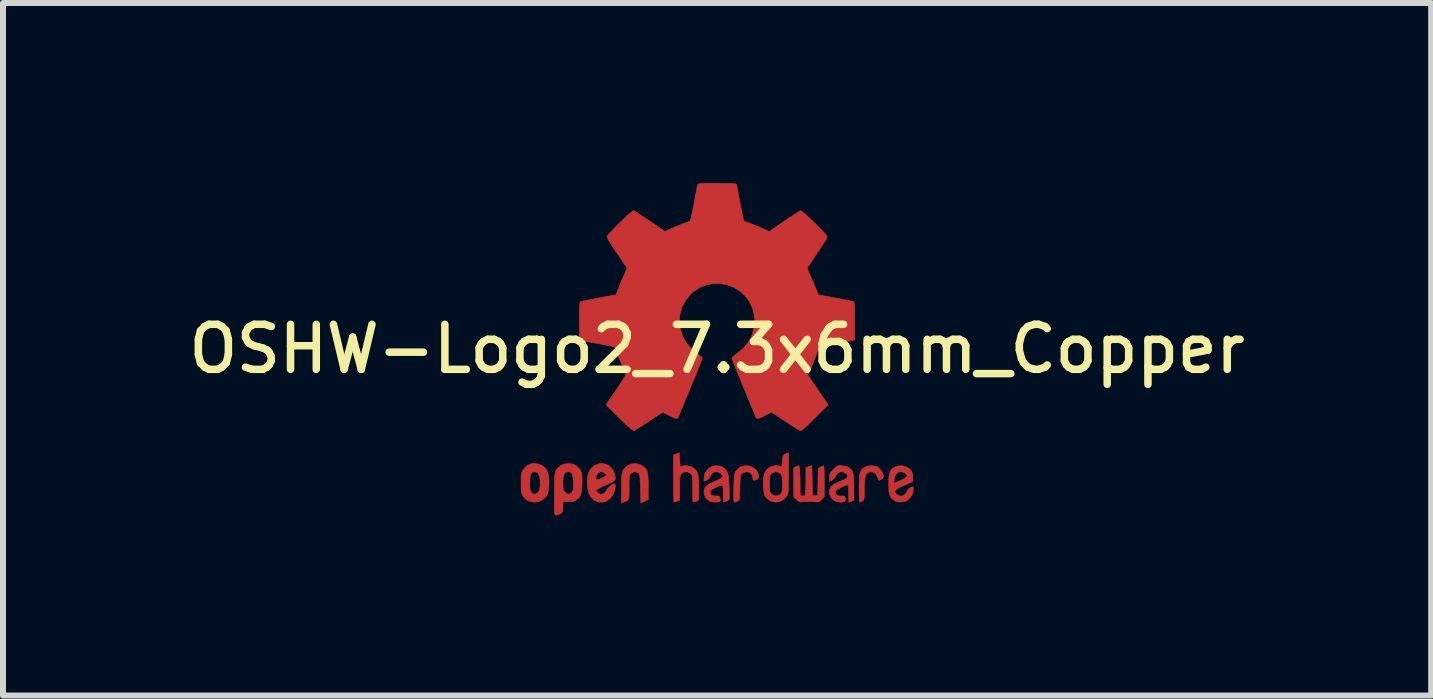
<source format=kicad_pcb>
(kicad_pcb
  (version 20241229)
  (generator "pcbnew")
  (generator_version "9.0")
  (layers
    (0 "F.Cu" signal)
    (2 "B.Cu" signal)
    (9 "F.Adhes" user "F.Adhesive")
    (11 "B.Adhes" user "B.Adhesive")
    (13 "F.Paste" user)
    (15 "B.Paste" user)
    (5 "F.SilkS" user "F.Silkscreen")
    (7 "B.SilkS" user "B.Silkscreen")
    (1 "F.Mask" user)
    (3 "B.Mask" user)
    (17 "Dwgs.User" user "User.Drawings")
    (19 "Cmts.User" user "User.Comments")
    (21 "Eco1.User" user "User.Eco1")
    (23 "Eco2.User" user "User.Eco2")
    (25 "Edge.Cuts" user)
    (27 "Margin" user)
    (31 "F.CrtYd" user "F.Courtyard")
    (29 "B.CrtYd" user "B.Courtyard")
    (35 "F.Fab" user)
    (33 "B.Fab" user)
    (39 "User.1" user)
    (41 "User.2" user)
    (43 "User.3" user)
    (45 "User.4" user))
  (footprint "OSHW-Logo2_7.3x6mm_Copper"
    (layer "F.Cu")
    (at 8.898 2.763)
    (property "Reference" "OSHW-Logo2_7.3x6mm_Copper" (at 0 0 0) (layer "F.SilkS") (effects (font (size 0.75 0.75) (thickness 0.125))))
    (attr exclude_from_pos_files exclude_from_bom allow_missing_courtyard)
    (fp_poly (pts (xy 2.653 1.959) (xy 2.67 1.966) (xy 2.711 1.999) (xy 2.747 2.047) (xy 2.769 2.097) (xy 2.772 2.122) (xy 2.76 2.157) (xy 2.734 2.175) (xy 2.706 2.187) (xy 2.693 2.189) (xy 2.687 2.174) (xy 2.674 2.141) (xy 2.669 2.127) (xy 2.639 2.076) (xy 2.595 2.05) (xy 2.538 2.051) (xy 2.534 2.052) (xy 2.504 2.067) (xy 2.481 2.094) (xy 2.466 2.139) (xy 2.457 2.205) (xy 2.453 2.294) (xy 2.453 2.341) (xy 2.453 2.416) (xy 2.452 2.467) (xy 2.448 2.499) (xy 2.442 2.518) (xy 2.432 2.529) (xy 2.417 2.537) (xy 2.416 2.538) (xy 2.387 2.55) (xy 2.372 2.555) (xy 2.37 2.541) (xy 2.368 2.503) (xy 2.367 2.446) (xy 2.366 2.374) (xy 2.366 2.322) (xy 2.367 2.22) (xy 2.37 2.143) (xy 2.377 2.086) (xy 2.389 2.045) (xy 2.407 2.014) (xy 2.432 1.99) (xy 2.457 1.973) (xy 2.517 1.951) (xy 2.587 1.946) (xy 2.653 1.959)) (stroke (width 0.01) (type solid)) (fill yes) (layer "F.Cu"))
    (fp_poly (pts (xy -1.284 1.928) (xy -1.237 1.955) (xy -1.205 1.981) (xy -1.181 2.009) (xy -1.165 2.044) (xy -1.155 2.089) (xy -1.149 2.151) (xy -1.147 2.234) (xy -1.147 2.293) (xy -1.147 2.512) (xy -1.208 2.54) (xy -1.27 2.568) (xy -1.277 2.328) (xy -1.28 2.238) (xy -1.283 2.173) (xy -1.287 2.128) (xy -1.293 2.099) (xy -1.3 2.081) (xy -1.31 2.07) (xy -1.313 2.067) (xy -1.36 2.048) (xy -1.408 2.056) (xy -1.437 2.076) (xy -1.449 2.09) (xy -1.457 2.108) (xy -1.462 2.136) (xy -1.465 2.179) (xy -1.466 2.242) (xy -1.466 2.307) (xy -1.466 2.389) (xy -1.467 2.447) (xy -1.472 2.486) (xy -1.482 2.512) (xy -1.499 2.528) (xy -1.525 2.541) (xy -1.56 2.554) (xy -1.598 2.569) (xy -1.594 2.311) (xy -1.592 2.219) (xy -1.59 2.15) (xy -1.587 2.101) (xy -1.582 2.066) (xy -1.575 2.042) (xy -1.566 2.022) (xy -1.554 2.005) (xy -1.499 1.95) (xy -1.431 1.918) (xy -1.357 1.91) (xy -1.284 1.928)) (stroke (width 0.01) (type solid)) (fill yes) (layer "F.Cu"))
    (fp_poly (pts (xy 0.53 1.95) (xy 0.596 1.974) (xy 0.649 2.017) (xy 0.67 2.047) (xy 0.693 2.103) (xy 0.692 2.143) (xy 0.669 2.17) (xy 0.66 2.175) (xy 0.622 2.189) (xy 0.602 2.185) (xy 0.595 2.161) (xy 0.595 2.148) (xy 0.583 2.099) (xy 0.551 2.065) (xy 0.508 2.048) (xy 0.459 2.053) (xy 0.419 2.074) (xy 0.405 2.087) (xy 0.396 2.101) (xy 0.389 2.124) (xy 0.385 2.159) (xy 0.383 2.212) (xy 0.381 2.288) (xy 0.38 2.312) (xy 0.378 2.394) (xy 0.376 2.451) (xy 0.372 2.49) (xy 0.367 2.513) (xy 0.359 2.526) (xy 0.347 2.535) (xy 0.339 2.538) (xy 0.307 2.55) (xy 0.288 2.555) (xy 0.282 2.541) (xy 0.278 2.5) (xy 0.277 2.431) (xy 0.278 2.334) (xy 0.278 2.319) (xy 0.28 2.23) (xy 0.283 2.165) (xy 0.286 2.119) (xy 0.292 2.087) (xy 0.3 2.064) (xy 0.311 2.044) (xy 0.317 2.035) (xy 0.35 1.998) (xy 0.388 1.969) (xy 0.392 1.966) (xy 0.459 1.946) (xy 0.53 1.95)) (stroke (width 0.01) (type solid)) (fill yes) (layer "F.Cu"))
    (fp_poly (pts (xy -0.624 1.851) (xy -0.62 1.911) (xy -0.615 1.946) (xy -0.608 1.961) (xy -0.598 1.961) (xy -0.595 1.959) (xy -0.552 1.946) (xy -0.497 1.947) (xy -0.44 1.96) (xy -0.405 1.978) (xy -0.369 2.006) (xy -0.342 2.038) (xy -0.324 2.078) (xy -0.313 2.132) (xy -0.307 2.204) (xy -0.305 2.299) (xy -0.305 2.317) (xy -0.305 2.523) (xy -0.351 2.539) (xy -0.383 2.549) (xy -0.401 2.554) (xy -0.401 2.555) (xy -0.403 2.541) (xy -0.405 2.503) (xy -0.406 2.446) (xy -0.406 2.375) (xy -0.406 2.332) (xy -0.407 2.247) (xy -0.408 2.186) (xy -0.41 2.144) (xy -0.415 2.117) (xy -0.422 2.098) (xy -0.433 2.085) (xy -0.44 2.078) (xy -0.487 2.051) (xy -0.538 2.049) (xy -0.584 2.072) (xy -0.593 2.08) (xy -0.605 2.095) (xy -0.614 2.114) (xy -0.619 2.14) (xy -0.622 2.18) (xy -0.624 2.238) (xy -0.624 2.318) (xy -0.624 2.523) (xy -0.67 2.539) (xy -0.702 2.549) (xy -0.72 2.554) (xy -0.721 2.555) (xy -0.722 2.541) (xy -0.723 2.501) (xy -0.724 2.441) (xy -0.725 2.362) (xy -0.726 2.269) (xy -0.726 2.167) (xy -0.726 1.769) (xy -0.679 1.749) (xy -0.631 1.73) (xy -0.624 1.851)) (stroke (width 0.01) (type solid)) (fill yes) (layer "F.Cu"))
    (fp_poly (pts (xy 1.78 1.959) (xy 1.782 1.997) (xy 1.784 2.055) (xy 1.785 2.128) (xy 1.785 2.205) (xy 1.785 2.465) (xy 1.739 2.511) (xy 1.708 2.539) (xy 1.68 2.551) (xy 1.642 2.55) (xy 1.627 2.548) (xy 1.58 2.543) (xy 1.541 2.54) (xy 1.531 2.54) (xy 1.499 2.541) (xy 1.453 2.546) (xy 1.436 2.548) (xy 1.392 2.552) (xy 1.363 2.544) (xy 1.334 2.521) (xy 1.323 2.511) (xy 1.277 2.465) (xy 1.277 1.979) (xy 1.314 1.962) (xy 1.346 1.949) (xy 1.365 1.945) (xy 1.369 1.959) (xy 1.374 1.997) (xy 1.378 2.056) (xy 1.381 2.132) (xy 1.382 2.195) (xy 1.386 2.446) (xy 1.421 2.451) (xy 1.452 2.447) (xy 1.468 2.436) (xy 1.472 2.415) (xy 1.476 2.371) (xy 1.478 2.309) (xy 1.48 2.235) (xy 1.48 2.197) (xy 1.48 1.977) (xy 1.526 1.961) (xy 1.559 1.95) (xy 1.576 1.945) (xy 1.577 1.945) (xy 1.578 1.959) (xy 1.58 1.997) (xy 1.582 2.054) (xy 1.584 2.127) (xy 1.585 2.195) (xy 1.589 2.446) (xy 1.676 2.446) (xy 1.68 2.217) (xy 1.684 1.989) (xy 1.727 1.967) (xy 1.758 1.952) (xy 1.777 1.945) (xy 1.777 1.945) (xy 1.78 1.959)) (stroke (width 0.01) (type solid)) (fill yes) (layer "F.Cu"))
    (fp_poly (pts (xy -2.959 1.922) (xy -2.891 1.958) (xy -2.841 2.015) (xy -2.823 2.052) (xy -2.809 2.108) (xy -2.802 2.178) (xy -2.801 2.255) (xy -2.807 2.33) (xy -2.818 2.394) (xy -2.834 2.441) (xy -2.839 2.449) (xy -2.9 2.509) (xy -2.971 2.545) (xy -3.049 2.555) (xy -3.127 2.539) (xy -3.149 2.529) (xy -3.192 2.499) (xy -3.229 2.459) (xy -3.233 2.454) (xy -3.247 2.43) (xy -3.257 2.404) (xy -3.262 2.37) (xy -3.265 2.321) (xy -3.266 2.251) (xy -3.266 2.235) (xy -3.266 2.23) (xy -3.121 2.23) (xy -3.12 2.296) (xy -3.116 2.34) (xy -3.109 2.369) (xy -3.098 2.388) (xy -3.092 2.395) (xy -3.057 2.42) (xy -3.023 2.419) (xy -2.989 2.397) (xy -2.969 2.374) (xy -2.957 2.34) (xy -2.95 2.288) (xy -2.949 2.281) (xy -2.948 2.186) (xy -2.96 2.114) (xy -2.985 2.068) (xy -3.023 2.048) (xy -3.037 2.047) (xy -3.073 2.052) (xy -3.097 2.072) (xy -3.112 2.109) (xy -3.119 2.168) (xy -3.121 2.23) (xy -3.266 2.23) (xy -3.265 2.16) (xy -3.263 2.108) (xy -3.258 2.072) (xy -3.249 2.045) (xy -3.236 2.022) (xy -3.233 2.017) (xy -3.184 1.958) (xy -3.13 1.924) (xy -3.064 1.91) (xy -3.042 1.91) (xy -2.959 1.922)) (stroke (width 0.01) (type solid)) (fill yes) (layer "F.Cu"))
    (fp_poly (pts (xy 3.154 1.967) (xy 3.211 2.004) (xy 3.239 2.038) (xy 3.261 2.099) (xy 3.262 2.147) (xy 3.258 2.212) (xy 3.11 2.277) (xy 3.037 2.31) (xy 2.99 2.337) (xy 2.966 2.36) (xy 2.961 2.383) (xy 2.975 2.407) (xy 2.99 2.424) (xy 3.034 2.45) (xy 3.081 2.452) (xy 3.125 2.432) (xy 3.157 2.391) (xy 3.163 2.376) (xy 3.191 2.331) (xy 3.222 2.312) (xy 3.266 2.296) (xy 3.266 2.358) (xy 3.262 2.4) (xy 3.247 2.436) (xy 3.215 2.477) (xy 3.211 2.482) (xy 3.176 2.519) (xy 3.145 2.538) (xy 3.108 2.547) (xy 3.076 2.55) (xy 3.02 2.551) (xy 2.981 2.542) (xy 2.956 2.528) (xy 2.917 2.497) (xy 2.89 2.465) (xy 2.873 2.423) (xy 2.863 2.368) (xy 2.86 2.291) (xy 2.859 2.253) (xy 2.86 2.206) (xy 2.948 2.206) (xy 2.949 2.231) (xy 2.952 2.235) (xy 2.968 2.23) (xy 3.004 2.215) (xy 3.052 2.194) (xy 3.062 2.19) (xy 3.123 2.159) (xy 3.157 2.132) (xy 3.164 2.106) (xy 3.146 2.08) (xy 3.132 2.069) (xy 3.079 2.046) (xy 3.03 2.05) (xy 2.989 2.078) (xy 2.961 2.127) (xy 2.952 2.166) (xy 2.948 2.206) (xy 2.86 2.206) (xy 2.861 2.162) (xy 2.868 2.095) (xy 2.882 2.047) (xy 2.904 2.011) (xy 2.937 1.983) (xy 2.951 1.973) (xy 3.015 1.95) (xy 3.085 1.948) (xy 3.154 1.967)) (stroke (width 0.01) (type solid)) (fill yes) (layer "F.Cu"))
    (fp_poly (pts (xy 1.19 2.065) (xy 1.19 2.174) (xy 1.189 2.257) (xy 1.188 2.32) (xy 1.185 2.365) (xy 1.181 2.397) (xy 1.175 2.421) (xy 1.167 2.439) (xy 1.161 2.449) (xy 1.112 2.506) (xy 1.049 2.541) (xy 0.98 2.554) (xy 0.911 2.542) (xy 0.869 2.522) (xy 0.826 2.485) (xy 0.796 2.441) (xy 0.779 2.383) (xy 0.77 2.306) (xy 0.769 2.25) (xy 0.769 2.246) (xy 0.871 2.246) (xy 0.871 2.311) (xy 0.874 2.354) (xy 0.881 2.382) (xy 0.893 2.402) (xy 0.906 2.417) (xy 0.953 2.447) (xy 1.004 2.449) (xy 1.051 2.425) (xy 1.055 2.421) (xy 1.071 2.404) (xy 1.081 2.383) (xy 1.086 2.352) (xy 1.088 2.305) (xy 1.089 2.252) (xy 1.088 2.185) (xy 1.085 2.141) (xy 1.078 2.112) (xy 1.066 2.091) (xy 1.057 2.08) (xy 1.013 2.052) (xy 0.962 2.049) (xy 0.914 2.07) (xy 0.904 2.078) (xy 0.889 2.096) (xy 0.879 2.117) (xy 0.873 2.148) (xy 0.871 2.196) (xy 0.871 2.246) (xy 0.769 2.246) (xy 0.773 2.159) (xy 0.785 2.09) (xy 0.807 2.039) (xy 0.842 1.998) (xy 0.869 1.978) (xy 0.919 1.956) (xy 0.976 1.945) (xy 1.03 1.948) (xy 1.06 1.959) (xy 1.071 1.962) (xy 1.079 1.951) (xy 1.084 1.919) (xy 1.089 1.871) (xy 1.093 1.817) (xy 1.099 1.784) (xy 1.111 1.766) (xy 1.131 1.754) (xy 1.143 1.748) (xy 1.19 1.729) (xy 1.19 2.065)) (stroke (width 0.01) (type solid)) (fill yes) (layer "F.Cu"))
    (fp_poly (pts (xy -1.832 1.931) (xy -1.774 1.97) (xy -1.73 2.025) (xy -1.704 2.096) (xy -1.698 2.148) (xy -1.699 2.17) (xy -1.704 2.187) (xy -1.718 2.201) (xy -1.745 2.218) (xy -1.79 2.239) (xy -1.857 2.269) (xy -1.858 2.27) (xy -1.92 2.298) (xy -1.97 2.323) (xy -2.005 2.342) (xy -2.017 2.353) (xy -2.017 2.353) (xy -2.006 2.376) (xy -1.98 2.402) (xy -1.949 2.42) (xy -1.934 2.424) (xy -1.891 2.411) (xy -1.855 2.379) (xy -1.837 2.345) (xy -1.82 2.319) (xy -1.787 2.29) (xy -1.748 2.264) (xy -1.713 2.25) (xy -1.706 2.25) (xy -1.698 2.262) (xy -1.697 2.294) (xy -1.703 2.337) (xy -1.715 2.383) (xy -1.73 2.423) (xy -1.731 2.424) (xy -1.777 2.489) (xy -1.837 2.533) (xy -1.906 2.555) (xy -1.976 2.552) (xy -2.044 2.524) (xy -2.047 2.522) (xy -2.101 2.473) (xy -2.136 2.41) (xy -2.155 2.327) (xy -2.158 2.304) (xy -2.162 2.194) (xy -2.157 2.143) (xy -2.017 2.143) (xy -2.016 2.175) (xy -2.006 2.184) (xy -1.981 2.177) (xy -1.942 2.161) (xy -1.899 2.14) (xy -1.898 2.139) (xy -1.861 2.12) (xy -1.846 2.107) (xy -1.85 2.093) (xy -1.865 2.076) (xy -1.904 2.05) (xy -1.946 2.048) (xy -1.984 2.067) (xy -2.01 2.103) (xy -2.017 2.143) (xy -2.157 2.143) (xy -2.153 2.106) (xy -2.128 2.036) (xy -2.095 1.987) (xy -2.033 1.938) (xy -1.966 1.913) (xy -1.897 1.912) (xy -1.832 1.931)) (stroke (width 0.01) (type solid)) (fill yes) (layer "F.Cu"))
    (fp_poly (pts (xy 0.04 1.951) (xy 0.097 1.972) (xy 0.097 1.972) (xy 0.132 1.998) (xy 0.158 2.029) (xy 0.177 2.068) (xy 0.189 2.121) (xy 0.196 2.194) (xy 0.2 2.289) (xy 0.201 2.303) (xy 0.206 2.509) (xy 0.162 2.532) (xy 0.13 2.547) (xy 0.11 2.554) (xy 0.11 2.555) (xy 0.106 2.541) (xy 0.104 2.505) (xy 0.102 2.451) (xy 0.102 2.408) (xy 0.102 2.339) (xy 0.098 2.295) (xy 0.087 2.274) (xy 0.064 2.273) (xy 0.022 2.289) (xy -0.04 2.318) (xy -0.086 2.342) (xy -0.109 2.363) (xy -0.116 2.386) (xy -0.116 2.387) (xy -0.105 2.426) (xy -0.071 2.447) (xy -0.019 2.451) (xy 0.018 2.45) (xy 0.038 2.461) (xy 0.05 2.487) (xy 0.057 2.519) (xy 0.047 2.538) (xy 0.043 2.541) (xy 0.007 2.551) (xy -0.043 2.553) (xy -0.095 2.546) (xy -0.132 2.533) (xy -0.183 2.49) (xy -0.212 2.429) (xy -0.218 2.382) (xy -0.213 2.34) (xy -0.198 2.305) (xy -0.166 2.275) (xy -0.115 2.244) (xy -0.041 2.209) (xy -0.036 2.207) (xy 0.031 2.176) (xy 0.072 2.151) (xy 0.09 2.128) (xy 0.086 2.105) (xy 0.063 2.078) (xy 0.056 2.072) (xy 0.009 2.048) (xy -0.04 2.049) (xy -0.082 2.072) (xy -0.111 2.116) (xy -0.113 2.124) (xy -0.139 2.165) (xy -0.171 2.185) (xy -0.218 2.205) (xy -0.218 2.154) (xy -0.204 2.08) (xy -0.161 2.012) (xy -0.139 1.99) (xy -0.089 1.961) (xy -0.026 1.947) (xy 0.04 1.951)) (stroke (width 0.01) (type solid)) (fill yes) (layer "F.Cu"))
    (fp_poly (pts (xy -2.4 1.92) (xy -2.345 1.948) (xy -2.296 1.998) (xy -2.282 2.017) (xy -2.268 2.042) (xy -2.258 2.069) (xy -2.253 2.105) (xy -2.25 2.156) (xy -2.25 2.224) (xy -2.252 2.318) (xy -2.261 2.388) (xy -2.277 2.44) (xy -2.303 2.48) (xy -2.34 2.513) (xy -2.342 2.515) (xy -2.379 2.535) (xy -2.422 2.545) (xy -2.478 2.547) (xy -2.569 2.547) (xy -2.569 2.635) (xy -2.57 2.684) (xy -2.575 2.713) (xy -2.588 2.73) (xy -2.614 2.745) (xy -2.62 2.748) (xy -2.649 2.762) (xy -2.672 2.77) (xy -2.688 2.771) (xy -2.7 2.761) (xy -2.707 2.737) (xy -2.712 2.696) (xy -2.713 2.636) (xy -2.713 2.553) (xy -2.712 2.445) (xy -2.711 2.413) (xy -2.71 2.302) (xy -2.709 2.229) (xy -2.569 2.229) (xy -2.568 2.29) (xy -2.565 2.331) (xy -2.557 2.358) (xy -2.543 2.378) (xy -2.533 2.388) (xy -2.495 2.418) (xy -2.46 2.42) (xy -2.425 2.396) (xy -2.424 2.395) (xy -2.409 2.376) (xy -2.401 2.351) (xy -2.396 2.312) (xy -2.395 2.252) (xy -2.395 2.238) (xy -2.398 2.156) (xy -2.409 2.099) (xy -2.429 2.064) (xy -2.458 2.048) (xy -2.476 2.047) (xy -2.516 2.054) (xy -2.544 2.078) (xy -2.561 2.123) (xy -2.568 2.191) (xy -2.569 2.229) (xy -2.709 2.229) (xy -2.708 2.215) (xy -2.706 2.15) (xy -2.704 2.103) (xy -2.7 2.069) (xy -2.694 2.045) (xy -2.687 2.028) (xy -2.677 2.012) (xy -2.673 2.006) (xy -2.619 1.951) (xy -2.55 1.92) (xy -2.47 1.911) (xy -2.4 1.92)) (stroke (width 0.01) (type solid)) (fill yes) (layer "F.Cu"))
    (fp_poly (pts (xy 2.145 1.956) (xy 2.187 1.975) (xy 2.219 1.998) (xy 2.244 2.024) (xy 2.26 2.057) (xy 2.271 2.103) (xy 2.276 2.165) (xy 2.279 2.249) (xy 2.279 2.305) (xy 2.279 2.521) (xy 2.242 2.538) (xy 2.213 2.55) (xy 2.198 2.555) (xy 2.195 2.541) (xy 2.193 2.505) (xy 2.192 2.452) (xy 2.192 2.409) (xy 2.19 2.348) (xy 2.187 2.3) (xy 2.182 2.271) (xy 2.178 2.264) (xy 2.153 2.271) (xy 2.112 2.287) (xy 2.066 2.309) (xy 2.021 2.333) (xy 1.986 2.355) (xy 1.97 2.37) (xy 1.97 2.37) (xy 1.971 2.397) (xy 1.984 2.423) (xy 2.006 2.444) (xy 2.038 2.451) (xy 2.065 2.451) (xy 2.104 2.45) (xy 2.124 2.459) (xy 2.136 2.483) (xy 2.138 2.488) (xy 2.143 2.522) (xy 2.129 2.543) (xy 2.092 2.552) (xy 2.052 2.554) (xy 1.981 2.541) (xy 1.943 2.521) (xy 1.898 2.476) (xy 1.873 2.42) (xy 1.871 2.361) (xy 1.892 2.306) (xy 1.923 2.271) (xy 1.953 2.252) (xy 2.002 2.228) (xy 2.058 2.203) (xy 2.068 2.199) (xy 2.13 2.172) (xy 2.166 2.148) (xy 2.177 2.124) (xy 2.167 2.097) (xy 2.148 2.076) (xy 2.104 2.05) (xy 2.056 2.048) (xy 2.012 2.068) (xy 1.981 2.108) (xy 1.977 2.118) (xy 1.952 2.156) (xy 1.917 2.184) (xy 1.872 2.207) (xy 1.872 2.141) (xy 1.875 2.102) (xy 1.886 2.07) (xy 1.911 2.036) (xy 1.935 2.01) (xy 1.972 1.974) (xy 2.001 1.954) (xy 2.033 1.946) (xy 2.068 1.945) (xy 2.145 1.956)) (stroke (width 0.01) (type solid)) (fill yes) (layer "F.Cu"))
    (fp_poly (pts (xy 0.104 -2.758) (xy 0.182 -2.757) (xy 0.239 -2.756) (xy 0.278 -2.754) (xy 0.303 -2.75) (xy 0.316 -2.744) (xy 0.323 -2.737) (xy 0.326 -2.726) (xy 0.327 -2.725) (xy 0.332 -2.701) (xy 0.341 -2.653) (xy 0.353 -2.587) (xy 0.368 -2.508) (xy 0.385 -2.42) (xy 0.385 -2.417) (xy 0.401 -2.331) (xy 0.417 -2.255) (xy 0.43 -2.194) (xy 0.44 -2.152) (xy 0.446 -2.133) (xy 0.447 -2.133) (xy 0.465 -2.124) (xy 0.502 -2.109) (xy 0.551 -2.091) (xy 0.552 -2.091) (xy 0.613 -2.068) (xy 0.686 -2.038) (xy 0.754 -2.008) (xy 0.757 -2.007) (xy 0.869 -1.956) (xy 1.115 -2.125) (xy 1.191 -2.176) (xy 1.26 -2.222) (xy 1.317 -2.26) (xy 1.359 -2.287) (xy 1.383 -2.301) (xy 1.385 -2.302) (xy 1.402 -2.298) (xy 1.434 -2.275) (xy 1.481 -2.235) (xy 1.546 -2.174) (xy 1.612 -2.11) (xy 1.676 -2.046) (xy 1.733 -1.989) (xy 1.78 -1.94) (xy 1.814 -1.904) (xy 1.83 -1.884) (xy 1.831 -1.883) (xy 1.833 -1.869) (xy 1.826 -1.847) (xy 1.809 -1.814) (xy 1.779 -1.765) (xy 1.737 -1.699) (xy 1.679 -1.614) (xy 1.629 -1.54) (xy 1.583 -1.473) (xy 1.546 -1.417) (xy 1.519 -1.378) (xy 1.506 -1.357) (xy 1.505 -1.356) (xy 1.507 -1.336) (xy 1.519 -1.298) (xy 1.54 -1.248) (xy 1.547 -1.232) (xy 1.58 -1.162) (xy 1.614 -1.082) (xy 1.642 -1.012) (xy 1.663 -0.961) (xy 1.679 -0.922) (xy 1.688 -0.901) (xy 1.689 -0.9) (xy 1.706 -0.897) (xy 1.746 -0.89) (xy 1.804 -0.879) (xy 1.875 -0.866) (xy 1.952 -0.852) (xy 2.032 -0.837) (xy 2.107 -0.822) (xy 2.174 -0.809) (xy 2.227 -0.799) (xy 2.26 -0.792) (xy 2.268 -0.79) (xy 2.276 -0.785) (xy 2.283 -0.774) (xy 2.287 -0.754) (xy 2.29 -0.72) (xy 2.292 -0.67) (xy 2.293 -0.599) (xy 2.293 -0.504) (xy 2.293 -0.465) (xy 2.293 -0.147) (xy 2.217 -0.132) (xy 2.175 -0.124) (xy 2.111 -0.112) (xy 2.035 -0.098) (xy 1.953 -0.083) (xy 1.93 -0.079) (xy 1.855 -0.064) (xy 1.789 -0.049) (xy 1.738 -0.037) (xy 1.709 -0.027) (xy 1.704 -0.024) (xy 1.691 -0.003) (xy 1.674 0.038) (xy 1.655 0.09) (xy 1.651 0.102) (xy 1.625 0.172) (xy 1.594 0.25) (xy 1.563 0.321) (xy 1.563 0.322) (xy 1.511 0.433) (xy 1.68 0.681) (xy 1.849 0.93) (xy 1.632 1.147) (xy 1.567 1.212) (xy 1.507 1.269) (xy 1.456 1.315) (xy 1.418 1.348) (xy 1.396 1.363) (xy 1.392 1.364) (xy 1.374 1.356) (xy 1.335 1.335) (xy 1.281 1.301) (xy 1.216 1.259) (xy 1.146 1.212) (xy 1.075 1.164) (xy 1.011 1.122) (xy 0.959 1.089) (xy 0.923 1.067) (xy 0.907 1.06) (xy 0.887 1.066) (xy 0.85 1.083) (xy 0.803 1.107) (xy 0.798 1.11) (xy 0.734 1.142) (xy 0.69 1.158) (xy 0.663 1.158) (xy 0.649 1.143) (xy 0.649 1.143) (xy 0.642 1.126) (xy 0.625 1.085) (xy 0.6 1.024) (xy 0.567 0.945) (xy 0.529 0.852) (xy 0.486 0.748) (xy 0.444 0.648) (xy 0.399 0.537) (xy 0.357 0.434) (xy 0.32 0.342) (xy 0.289 0.265) (xy 0.266 0.206) (xy 0.251 0.167) (xy 0.247 0.153) (xy 0.258 0.136) (xy 0.287 0.11) (xy 0.326 0.081) (xy 0.437 -0.011) (xy 0.523 -0.116) (xy 0.585 -0.233) (xy 0.62 -0.358) (xy 0.628 -0.49) (xy 0.622 -0.552) (xy 0.591 -0.678) (xy 0.538 -0.79) (xy 0.466 -0.886) (xy 0.378 -0.965) (xy 0.278 -1.026) (xy 0.168 -1.067) (xy 0.053 -1.089) (xy -0.065 -1.088) (xy -0.181 -1.066) (xy -0.294 -1.019) (xy -0.4 -0.948) (xy -0.444 -0.908) (xy -0.528 -0.805) (xy -0.587 -0.692) (xy -0.62 -0.573) (xy -0.629 -0.451) (xy -0.613 -0.329) (xy -0.573 -0.211) (xy -0.51 -0.1) (xy -0.423 0.002) (xy -0.326 0.081) (xy -0.286 0.111) (xy -0.257 0.137) (xy -0.247 0.153) (xy -0.252 0.17) (xy -0.267 0.21) (xy -0.291 0.272) (xy -0.323 0.35) (xy -0.36 0.443) (xy -0.403 0.546) (xy -0.444 0.648) (xy -0.49 0.759) (xy -0.533 0.862) (xy -0.571 0.953) (xy -0.603 1.03) (xy -0.627 1.09) (xy -0.643 1.129) (xy -0.649 1.143) (xy -0.663 1.158) (xy -0.69 1.158) (xy -0.734 1.142) (xy -0.797 1.11) (xy -0.798 1.11) (xy -0.845 1.085) (xy -0.884 1.067) (xy -0.906 1.06) (xy -0.907 1.06) (xy -0.923 1.067) (xy -0.96 1.089) (xy -1.012 1.122) (xy -1.075 1.164) (xy -1.146 1.212) (xy -1.218 1.26) (xy -1.283 1.302) (xy -1.336 1.335) (xy -1.374 1.357) (xy -1.392 1.364) (xy -1.409 1.354) (xy -1.443 1.327) (xy -1.49 1.284) (xy -1.547 1.231) (xy -1.612 1.168) (xy -1.633 1.147) (xy -1.85 0.93) (xy -1.684 0.687) (xy -1.634 0.613) (xy -1.59 0.546) (xy -1.555 0.491) (xy -1.53 0.451) (xy -1.519 0.43) (xy -1.519 0.429) (xy -1.525 0.409) (xy -1.54 0.37) (xy -1.562 0.317) (xy -1.578 0.282) (xy -1.607 0.215) (xy -1.635 0.147) (xy -1.656 0.09) (xy -1.662 0.073) (xy -1.679 0.026) (xy -1.695 -0.01) (xy -1.704 -0.024) (xy -1.723 -0.032) (xy -1.766 -0.044) (xy -1.826 -0.058) (xy -1.898 -0.073) (xy -1.93 -0.079) (xy -2.012 -0.094) (xy -2.091 -0.108) (xy -2.159 -0.121) (xy -2.208 -0.13) (xy -2.217 -0.132) (xy -2.293 -0.147) (xy -2.293 -0.465) (xy -2.293 -0.569) (xy -2.292 -0.648) (xy -2.291 -0.705) (xy -2.288 -0.744) (xy -2.284 -0.769) (xy -2.279 -0.782) (xy -2.271 -0.789) (xy -2.268 -0.79) (xy -2.249 -0.794) (xy -2.207 -0.802) (xy -2.148 -0.814) (xy -2.077 -0.828) (xy -1.999 -0.843) (xy -1.92 -0.858) (xy -1.845 -0.872) (xy -1.779 -0.884) (xy -1.727 -0.894) (xy -1.696 -0.899) (xy -1.689 -0.9) (xy -1.683 -0.912) (xy -1.669 -0.946) (xy -1.65 -0.994) (xy -1.642 -1.012) (xy -1.613 -1.085) (xy -1.578 -1.165) (xy -1.547 -1.232) (xy -1.525 -1.284) (xy -1.51 -1.326) (xy -1.504 -1.352) (xy -1.505 -1.356) (xy -1.516 -1.372) (xy -1.54 -1.409) (xy -1.576 -1.461) (xy -1.62 -1.526) (xy -1.67 -1.6) (xy -1.68 -1.614) (xy -1.738 -1.7) (xy -1.78 -1.766) (xy -1.809 -1.814) (xy -1.826 -1.847) (xy -1.833 -1.869) (xy -1.831 -1.883) (xy -1.831 -1.883) (xy -1.816 -1.901) (xy -1.785 -1.935) (xy -1.739 -1.983) (xy -1.683 -2.04) (xy -1.62 -2.103) (xy -1.612 -2.11) (xy -1.533 -2.187) (xy -1.471 -2.244) (xy -1.427 -2.281) (xy -1.398 -2.3) (xy -1.385 -2.302) (xy -1.367 -2.292) (xy -1.328 -2.267) (xy -1.274 -2.231) (xy -1.207 -2.187) (xy -1.133 -2.137) (xy -1.115 -2.125) (xy -0.869 -1.956) (xy -0.757 -2.007) (xy -0.69 -2.036) (xy -0.617 -2.066) (xy -0.554 -2.09) (xy -0.552 -2.091) (xy -0.503 -2.109) (xy -0.465 -2.124) (xy -0.447 -2.133) (xy -0.447 -2.133) (xy -0.441 -2.149) (xy -0.431 -2.19) (xy -0.418 -2.25) (xy -0.403 -2.325) (xy -0.386 -2.41) (xy -0.385 -2.417) (xy -0.369 -2.505) (xy -0.354 -2.585) (xy -0.341 -2.651) (xy -0.332 -2.7) (xy -0.327 -2.725) (xy -0.327 -2.725) (xy -0.323 -2.736) (xy -0.317 -2.744) (xy -0.305 -2.75) (xy -0.281 -2.753) (xy -0.244 -2.756) (xy -0.19 -2.757) (xy -0.114 -2.758) (xy -0.013 -2.758) (xy 0 -2.758) (xy 0.104 -2.758)) (stroke (width 0.01) (type solid)) (fill yes) (layer "F.Cu")))
  (gr_rect
    (start -3 -3)
    (end 20.796 8.539)
    (stroke (width 0.1) (type default))
    (fill no)
    (layer "Edge.Cuts")))
</source>
